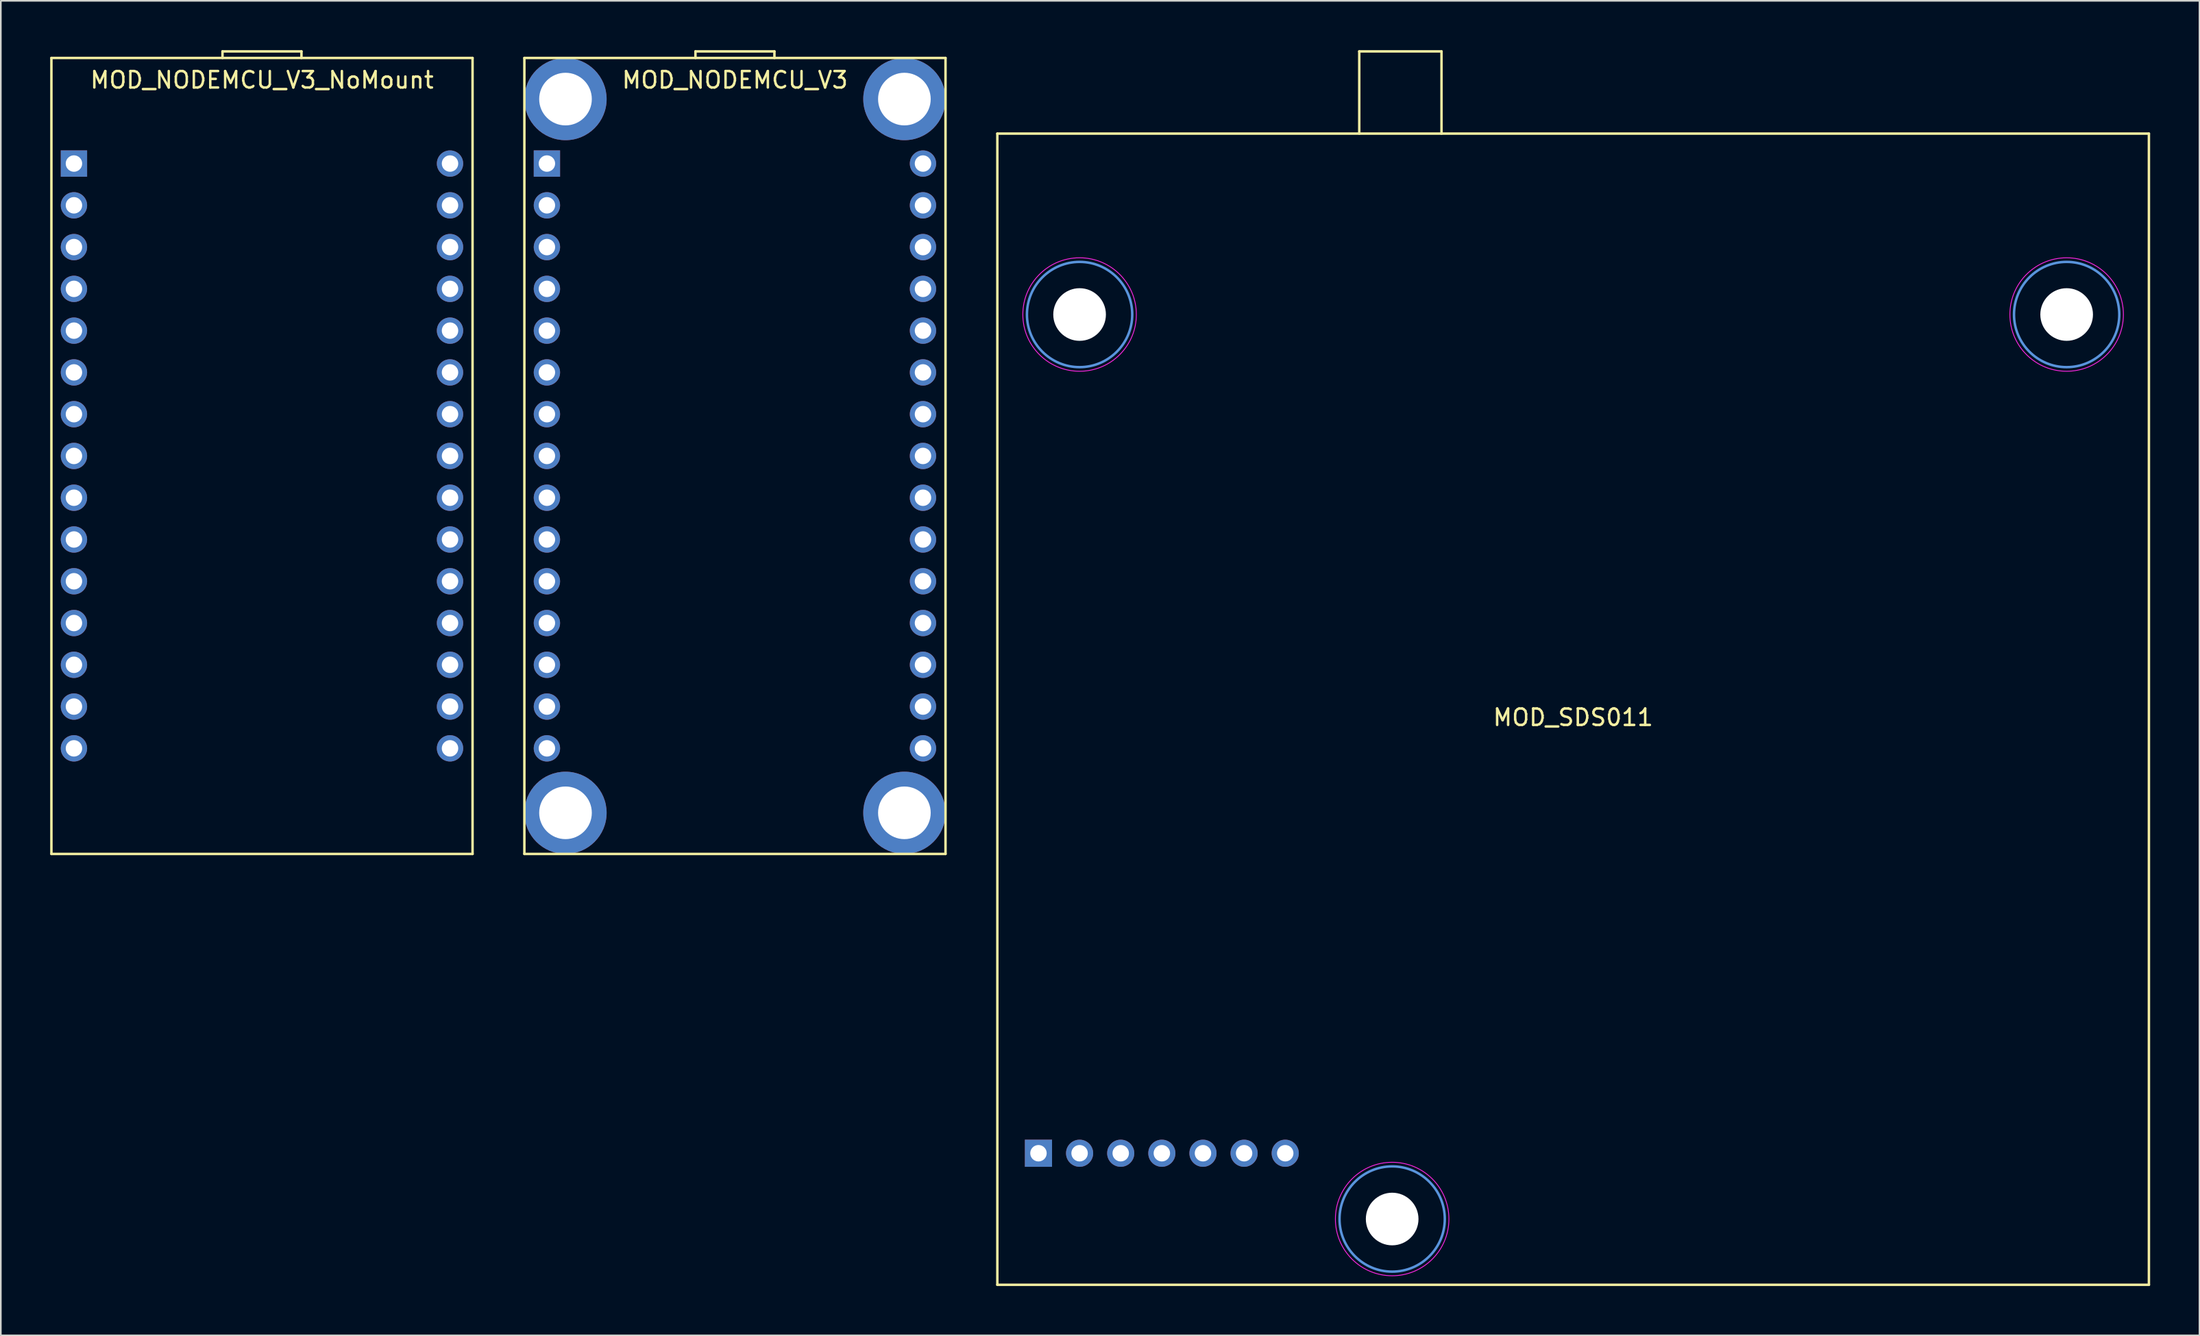
<source format=kicad_pcb>
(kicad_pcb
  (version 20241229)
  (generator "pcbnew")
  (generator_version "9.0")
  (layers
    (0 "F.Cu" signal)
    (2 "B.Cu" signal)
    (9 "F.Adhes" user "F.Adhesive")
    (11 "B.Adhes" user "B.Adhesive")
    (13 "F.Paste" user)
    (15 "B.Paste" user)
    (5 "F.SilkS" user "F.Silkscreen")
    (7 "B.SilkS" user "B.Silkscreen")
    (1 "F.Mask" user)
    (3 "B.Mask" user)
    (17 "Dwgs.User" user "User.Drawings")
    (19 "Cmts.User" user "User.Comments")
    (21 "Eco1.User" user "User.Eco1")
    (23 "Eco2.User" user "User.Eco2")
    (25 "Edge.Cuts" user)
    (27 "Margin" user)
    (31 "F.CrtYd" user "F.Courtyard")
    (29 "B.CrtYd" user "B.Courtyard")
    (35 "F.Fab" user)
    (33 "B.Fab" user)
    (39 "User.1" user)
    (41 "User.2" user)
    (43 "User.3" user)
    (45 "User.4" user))
  (footprint "MOD_NODEMCU_V3"
    (layer "F.Cu")
    (at 41.625 24.675)
    (property "Reference" "MOD_NODEMCU_V3" (at 0 -22.86 0) (layer "F.SilkS") (effects (font (size 1 1) (thickness 0.15))))
    (attr through_hole)
    (fp_line (start -12.8 -24.2) (end 12.8 -24.2) (stroke (width 0.15) (type solid)) (layer "F.SilkS"))
    (fp_line (start -12.8 24.2) (end -12.8 -24.2) (stroke (width 0.15) (type solid)) (layer "F.SilkS"))
    (fp_line (start -2.4 -24.6) (end 2.4 -24.6) (stroke (width 0.15) (type solid)) (layer "F.SilkS"))
    (fp_line (start -2.4 -24.2) (end -2.4 -24.6) (stroke (width 0.15) (type solid)) (layer "F.SilkS"))
    (fp_line (start 2.4 -24.6) (end 2.4 -24.2) (stroke (width 0.15) (type solid)) (layer "F.SilkS"))
    (fp_line (start 12.8 -24.2) (end 12.8 24.2) (stroke (width 0.15) (type solid)) (layer "F.SilkS"))
    (fp_line (start 12.8 24.2) (end -12.8 24.2) (stroke (width 0.15) (type solid)) (layer "F.SilkS"))
    (pad "1" thru_hole rect (at -11.43 -17.78) (size 1.6 1.6) (drill 1) (layers "*.Cu" "*.Mask"))
    (pad "2" thru_hole circle (at -11.43 -15.24) (size 1.6 1.6) (drill 1) (layers "*.Cu" "*.Mask"))
    (pad "3" thru_hole circle (at -11.43 -12.7) (size 1.6 1.6) (drill 1) (layers "*.Cu" "*.Mask"))
    (pad "4" thru_hole circle (at -11.43 -10.16) (size 1.6 1.6) (drill 1) (layers "*.Cu" "*.Mask"))
    (pad "5" thru_hole circle (at -11.43 -7.62) (size 1.6 1.6) (drill 1) (layers "*.Cu" "*.Mask"))
    (pad "6" thru_hole circle (at -11.43 -5.08) (size 1.6 1.6) (drill 1) (layers "*.Cu" "*.Mask"))
    (pad "7" thru_hole circle (at -11.43 -2.54) (size 1.6 1.6) (drill 1) (layers "*.Cu" "*.Mask"))
    (pad "8" thru_hole circle (at -11.43 0) (size 1.6 1.6) (drill 1) (layers "*.Cu" "*.Mask"))
    (pad "9" thru_hole circle (at -11.43 2.54) (size 1.6 1.6) (drill 1) (layers "*.Cu" "*.Mask"))
    (pad "10" thru_hole circle (at -11.43 5.08) (size 1.6 1.6) (drill 1) (layers "*.Cu" "*.Mask"))
    (pad "11" thru_hole circle (at -11.43 7.62) (size 1.6 1.6) (drill 1) (layers "*.Cu" "*.Mask"))
    (pad "12" thru_hole circle (at -11.43 10.16) (size 1.6 1.6) (drill 1) (layers "*.Cu" "*.Mask"))
    (pad "13" thru_hole circle (at -11.43 12.7) (size 1.6 1.6) (drill 1) (layers "*.Cu" "*.Mask"))
    (pad "14" thru_hole circle (at -11.43 15.24) (size 1.6 1.6) (drill 1) (layers "*.Cu" "*.Mask"))
    (pad "15" thru_hole circle (at -11.43 17.78) (size 1.6 1.6) (drill 1) (layers "*.Cu" "*.Mask"))
    (pad "16" thru_hole circle (at 11.43 17.78) (size 1.6 1.6) (drill 1) (layers "*.Cu" "*.Mask"))
    (pad "17" thru_hole circle (at 11.43 15.24) (size 1.6 1.6) (drill 1) (layers "*.Cu" "*.Mask"))
    (pad "18" thru_hole circle (at 11.43 12.7) (size 1.6 1.6) (drill 1) (layers "*.Cu" "*.Mask"))
    (pad "19" thru_hole circle (at 11.43 10.16) (size 1.6 1.6) (drill 1) (layers "*.Cu" "*.Mask"))
    (pad "20" thru_hole circle (at 11.43 7.62) (size 1.6 1.6) (drill 1) (layers "*.Cu" "*.Mask"))
    (pad "21" thru_hole circle (at 11.43 5.08) (size 1.6 1.6) (drill 1) (layers "*.Cu" "*.Mask"))
    (pad "22" thru_hole circle (at 11.43 2.54) (size 1.6 1.6) (drill 1) (layers "*.Cu" "*.Mask"))
    (pad "23" thru_hole circle (at 11.43 0) (size 1.6 1.6) (drill 1) (layers "*.Cu" "*.Mask"))
    (pad "24" thru_hole circle (at 11.43 -2.54) (size 1.6 1.6) (drill 1) (layers "*.Cu" "*.Mask"))
    (pad "25" thru_hole circle (at 11.43 -5.08) (size 1.6 1.6) (drill 1) (layers "*.Cu" "*.Mask"))
    (pad "26" thru_hole circle (at 11.43 -7.62) (size 1.6 1.6) (drill 1) (layers "*.Cu" "*.Mask"))
    (pad "27" thru_hole circle (at 11.43 -10.16) (size 1.6 1.6) (drill 1) (layers "*.Cu" "*.Mask"))
    (pad "28" thru_hole circle (at 11.43 -12.7) (size 1.6 1.6) (drill 1) (layers "*.Cu" "*.Mask"))
    (pad "29" thru_hole circle (at 11.43 -15.24) (size 1.6 1.6) (drill 1) (layers "*.Cu" "*.Mask"))
    (pad "30" thru_hole circle (at 11.43 -17.78) (size 1.6 1.6) (drill 1) (layers "*.Cu" "*.Mask"))
    (pad "31" thru_hole circle (at -10.3 -21.7) (size 5 5) (drill 3.2) (layers "*.Cu" "*.Mask"))
    (pad "32" thru_hole circle (at -10.3 21.7) (size 5 5) (drill 3.2) (layers "*.Cu" "*.Mask"))
    (pad "33" thru_hole circle (at 10.3 21.7) (size 5 5) (drill 3.2) (layers "*.Cu" "*.Mask"))
    (pad "34" thru_hole circle (at 10.3 -21.7) (size 5 5) (drill 3.2) (layers "*.Cu" "*.Mask")))
  (footprint "MOD_NODEMCU_V3_NoMount"
    (layer "F.Cu")
    (at 12.875 24.675)
    (property "Reference" "MOD_NODEMCU_V3_NoMount" (at 0 -22.86 0) (layer "F.SilkS") (effects (font (size 1 1) (thickness 0.15))))
    (attr through_hole)
    (fp_line (start -12.8 -24.2) (end 12.8 -24.2) (stroke (width 0.15) (type solid)) (layer "F.SilkS"))
    (fp_line (start -12.8 24.2) (end -12.8 -24.2) (stroke (width 0.15) (type solid)) (layer "F.SilkS"))
    (fp_line (start -2.4 -24.6) (end 2.4 -24.6) (stroke (width 0.15) (type solid)) (layer "F.SilkS"))
    (fp_line (start -2.4 -24.2) (end -2.4 -24.6) (stroke (width 0.15) (type solid)) (layer "F.SilkS"))
    (fp_line (start 2.4 -24.6) (end 2.4 -24.2) (stroke (width 0.15) (type solid)) (layer "F.SilkS"))
    (fp_line (start 12.8 -24.2) (end 12.8 24.2) (stroke (width 0.15) (type solid)) (layer "F.SilkS"))
    (fp_line (start 12.8 24.2) (end -12.8 24.2) (stroke (width 0.15) (type solid)) (layer "F.SilkS"))
    (pad "1" thru_hole rect (at -11.43 -17.78) (size 1.6 1.6) (drill 1) (layers "*.Cu" "*.Mask"))
    (pad "2" thru_hole circle (at -11.43 -15.24) (size 1.6 1.6) (drill 1) (layers "*.Cu" "*.Mask"))
    (pad "3" thru_hole circle (at -11.43 -12.7) (size 1.6 1.6) (drill 1) (layers "*.Cu" "*.Mask"))
    (pad "4" thru_hole circle (at -11.43 -10.16) (size 1.6 1.6) (drill 1) (layers "*.Cu" "*.Mask"))
    (pad "5" thru_hole circle (at -11.43 -7.62) (size 1.6 1.6) (drill 1) (layers "*.Cu" "*.Mask"))
    (pad "6" thru_hole circle (at -11.43 -5.08) (size 1.6 1.6) (drill 1) (layers "*.Cu" "*.Mask"))
    (pad "7" thru_hole circle (at -11.43 -2.54) (size 1.6 1.6) (drill 1) (layers "*.Cu" "*.Mask"))
    (pad "8" thru_hole circle (at -11.43 0) (size 1.6 1.6) (drill 1) (layers "*.Cu" "*.Mask"))
    (pad "9" thru_hole circle (at -11.43 2.54) (size 1.6 1.6) (drill 1) (layers "*.Cu" "*.Mask"))
    (pad "10" thru_hole circle (at -11.43 5.08) (size 1.6 1.6) (drill 1) (layers "*.Cu" "*.Mask"))
    (pad "11" thru_hole circle (at -11.43 7.62) (size 1.6 1.6) (drill 1) (layers "*.Cu" "*.Mask"))
    (pad "12" thru_hole circle (at -11.43 10.16) (size 1.6 1.6) (drill 1) (layers "*.Cu" "*.Mask"))
    (pad "13" thru_hole circle (at -11.43 12.7) (size 1.6 1.6) (drill 1) (layers "*.Cu" "*.Mask"))
    (pad "14" thru_hole circle (at -11.43 15.24) (size 1.6 1.6) (drill 1) (layers "*.Cu" "*.Mask"))
    (pad "15" thru_hole circle (at -11.43 17.78) (size 1.6 1.6) (drill 1) (layers "*.Cu" "*.Mask"))
    (pad "16" thru_hole circle (at 11.43 17.78) (size 1.6 1.6) (drill 1) (layers "*.Cu" "*.Mask"))
    (pad "17" thru_hole circle (at 11.43 15.24) (size 1.6 1.6) (drill 1) (layers "*.Cu" "*.Mask"))
    (pad "18" thru_hole circle (at 11.43 12.7) (size 1.6 1.6) (drill 1) (layers "*.Cu" "*.Mask"))
    (pad "19" thru_hole circle (at 11.43 10.16) (size 1.6 1.6) (drill 1) (layers "*.Cu" "*.Mask"))
    (pad "20" thru_hole circle (at 11.43 7.62) (size 1.6 1.6) (drill 1) (layers "*.Cu" "*.Mask"))
    (pad "21" thru_hole circle (at 11.43 5.08) (size 1.6 1.6) (drill 1) (layers "*.Cu" "*.Mask"))
    (pad "22" thru_hole circle (at 11.43 2.54) (size 1.6 1.6) (drill 1) (layers "*.Cu" "*.Mask"))
    (pad "23" thru_hole circle (at 11.43 0) (size 1.6 1.6) (drill 1) (layers "*.Cu" "*.Mask"))
    (pad "24" thru_hole circle (at 11.43 -2.54) (size 1.6 1.6) (drill 1) (layers "*.Cu" "*.Mask"))
    (pad "25" thru_hole circle (at 11.43 -5.08) (size 1.6 1.6) (drill 1) (layers "*.Cu" "*.Mask"))
    (pad "26" thru_hole circle (at 11.43 -7.62) (size 1.6 1.6) (drill 1) (layers "*.Cu" "*.Mask"))
    (pad "27" thru_hole circle (at 11.43 -10.16) (size 1.6 1.6) (drill 1) (layers "*.Cu" "*.Mask"))
    (pad "28" thru_hole circle (at 11.43 -12.7) (size 1.6 1.6) (drill 1) (layers "*.Cu" "*.Mask"))
    (pad "29" thru_hole circle (at 11.43 -15.24) (size 1.6 1.6) (drill 1) (layers "*.Cu" "*.Mask"))
    (pad "30" thru_hole circle (at 11.43 -17.78) (size 1.6 1.6) (drill 1) (layers "*.Cu" "*.Mask")))
  (footprint "MOD_SDS011"
    (layer "F.Cu")
    (at 92.575 40.075)
    (property "Reference" "MOD_SDS011" (at 0 0.5 0) (layer "F.SilkS") (effects (font (size 1 1) (thickness 0.15))))
    (attr through_hole)
    (fp_line (start -35 -35) (end -35 35) (stroke (width 0.15) (type solid)) (layer "F.SilkS"))
    (fp_line (start -35 35) (end 35 35) (stroke (width 0.15) (type solid)) (layer "F.SilkS"))
    (fp_line (start -13 -40) (end -8 -40) (stroke (width 0.15) (type solid)) (layer "F.SilkS"))
    (fp_line (start -13 -35) (end -13 -40) (stroke (width 0.15) (type solid)) (layer "F.SilkS"))
    (fp_line (start -8 -40) (end -8 -35) (stroke (width 0.15) (type solid)) (layer "F.SilkS"))
    (fp_line (start 35 -35) (end -35 -35) (stroke (width 0.15) (type solid)) (layer "F.SilkS"))
    (fp_line (start 35 35) (end 35 -35) (stroke (width 0.15) (type solid)) (layer "F.SilkS"))
    (fp_circle (center -30 -24) (end -26.8 -24) (stroke (width 0.15) (type solid)) (fill no) (layer "Cmts.User"))
    (fp_circle (center -11 31) (end -7.8 31) (stroke (width 0.15) (type solid)) (fill no) (layer "Cmts.User"))
    (fp_circle (center 30 -24) (end 33.2 -24) (stroke (width 0.15) (type solid)) (fill no) (layer "Cmts.User"))
    (fp_circle (center -30 -24) (end -26.55 -24) (stroke (width 0.05) (type solid)) (fill no) (layer "F.CrtYd"))
    (fp_circle (center -11 31) (end -7.55 31) (stroke (width 0.05) (type solid)) (fill no) (layer "F.CrtYd"))
    (fp_circle (center 30 -24) (end 33.45 -24) (stroke (width 0.05) (type solid)) (fill no) (layer "F.CrtYd"))
    (pad "" np_thru_hole circle (at -30 -24) (size 3.2 3.2) (drill 3.2) (layers "*.Cu" "*.Mask"))
    (pad "" np_thru_hole circle (at -11 31) (size 3.2 3.2) (drill 3.2) (layers "*.Cu" "*.Mask"))
    (pad "" np_thru_hole circle (at 30 -24) (size 3.2 3.2) (drill 3.2) (layers "*.Cu" "*.Mask"))
    (pad "1" thru_hole rect (at -32.5 27) (size 1.65 1.65) (drill 1) (layers "*.Cu" "*.Mask"))
    (pad "2" thru_hole circle (at -30 27) (size 1.65 1.65) (drill 1) (layers "*.Cu" "*.Mask"))
    (pad "3" thru_hole circle (at -27.5 27) (size 1.65 1.65) (drill 1) (layers "*.Cu" "*.Mask"))
    (pad "4" thru_hole circle (at -25 27) (size 1.65 1.65) (drill 1) (layers "*.Cu" "*.Mask"))
    (pad "5" thru_hole circle (at -22.5 27) (size 1.65 1.65) (drill 1) (layers "*.Cu" "*.Mask"))
    (pad "6" thru_hole circle (at -20 27) (size 1.65 1.65) (drill 1) (layers "*.Cu" "*.Mask"))
    (pad "7" thru_hole circle (at -17.5 27) (size 1.65 1.65) (drill 1) (layers "*.Cu" "*.Mask")))
  (gr_rect
    (start -3 -3)
    (end 130.65 78.15)
    (stroke (width 0.1) (type default))
    (fill no)
    (layer "Edge.Cuts")))
</source>
